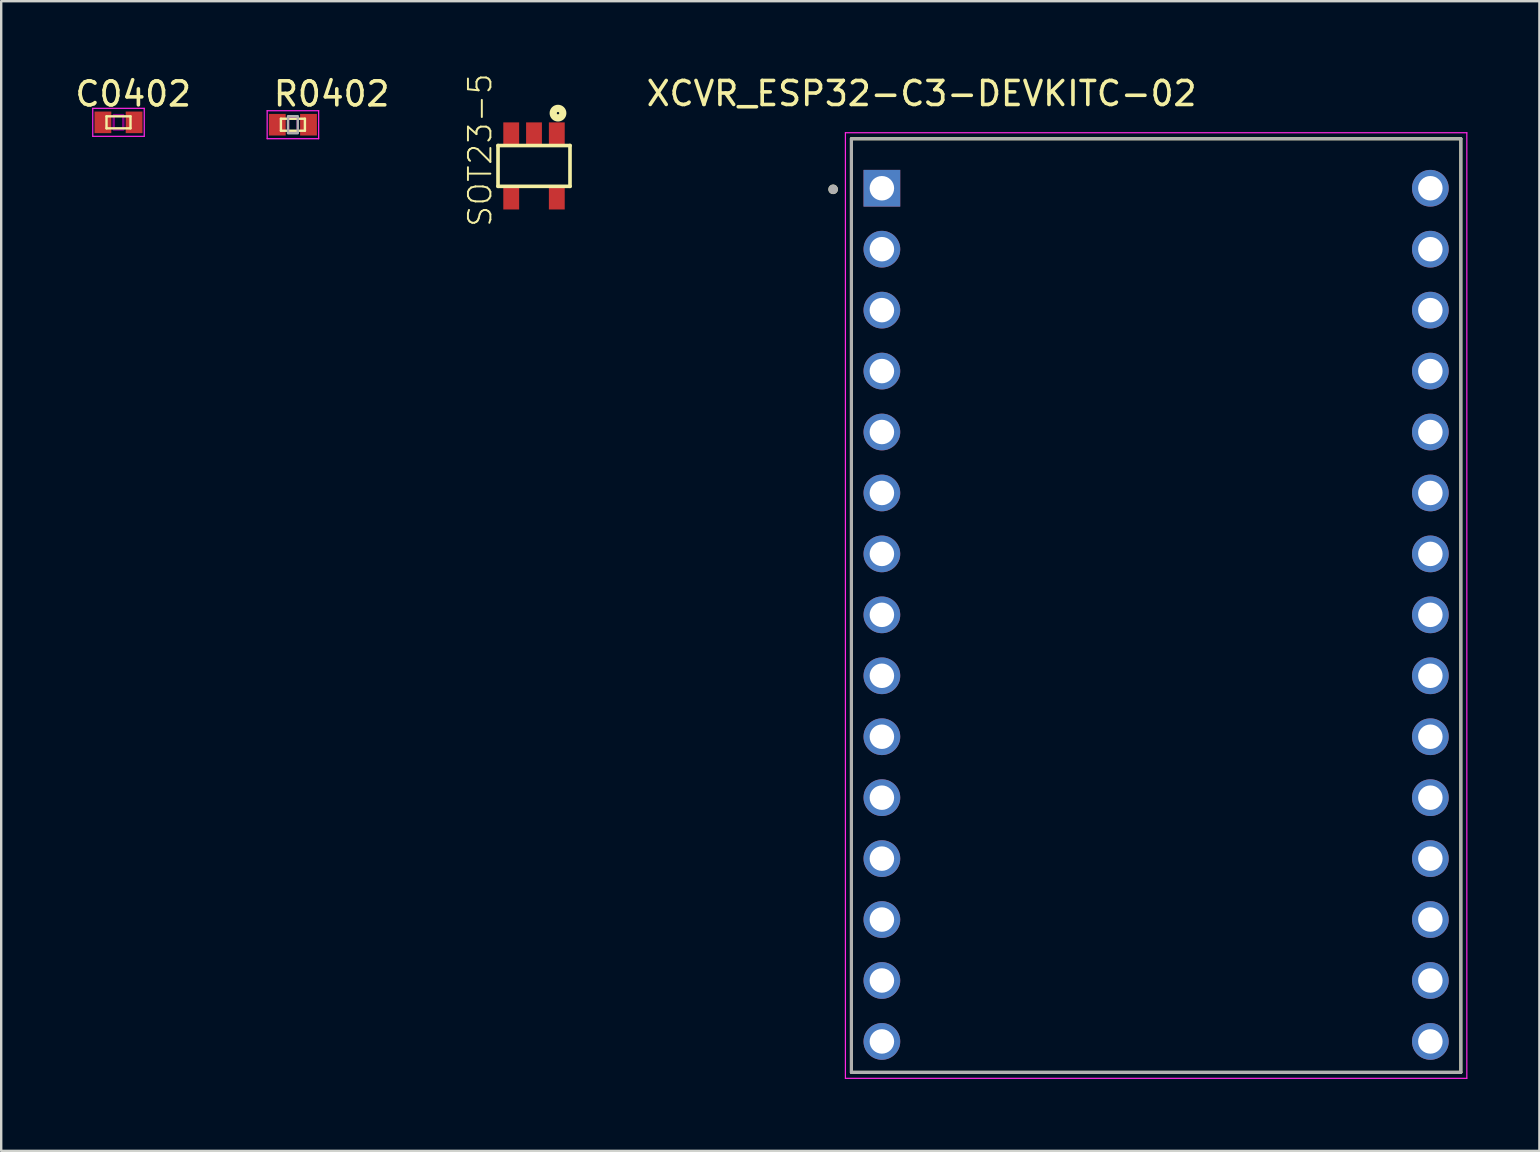
<source format=kicad_pcb>
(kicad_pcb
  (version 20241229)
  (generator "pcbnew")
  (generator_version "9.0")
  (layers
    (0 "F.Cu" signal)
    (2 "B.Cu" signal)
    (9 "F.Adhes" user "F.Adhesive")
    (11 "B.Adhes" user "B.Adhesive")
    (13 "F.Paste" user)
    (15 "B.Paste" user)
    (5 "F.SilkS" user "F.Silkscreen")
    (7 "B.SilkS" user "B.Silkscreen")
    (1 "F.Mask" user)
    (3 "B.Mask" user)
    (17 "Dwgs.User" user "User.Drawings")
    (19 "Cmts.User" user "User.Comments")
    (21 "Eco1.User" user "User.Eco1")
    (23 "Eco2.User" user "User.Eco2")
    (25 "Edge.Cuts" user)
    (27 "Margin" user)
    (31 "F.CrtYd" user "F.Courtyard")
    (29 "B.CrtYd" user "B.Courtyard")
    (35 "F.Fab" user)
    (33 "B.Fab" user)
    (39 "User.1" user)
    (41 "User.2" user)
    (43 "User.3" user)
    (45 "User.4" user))
  (footprint "C0402"
    (layer "F.Cu")
    (at 1.889 2.049)
    (property "Reference" "C0402" (at -1.889 -0.599 0) (layer "F.SilkS") (effects (font (size 1 1) (thickness 0.15)) (justify left bottom)))
    (fp_line (start -0.5 -0.25) (end 0.5 -0.25) (stroke (width 0.1) (type solid)) (layer "F.SilkS"))
    (fp_line (start -0.5 0.25) (end -0.5 -0.25) (stroke (width 0.1) (type solid)) (layer "F.SilkS"))
    (fp_line (start 0.5 -0.25) (end 0.5 0.25) (stroke (width 0.1) (type solid)) (layer "F.SilkS"))
    (fp_line (start 0.5 0.25) (end -0.5 0.25) (stroke (width 0.1) (type solid)) (layer "F.SilkS"))
    (fp_poly (pts (xy -0.2 0.3) (xy 0.2 0.3) (xy 0.2 -0.3) (xy -0.2 -0.3)) (stroke (width 0.1) (type solid)) (fill no) (layer "F.Adhes"))
    (fp_line (start -1.073 -0.583) (end 1.073 -0.583) (stroke (width 0.051) (type solid)) (layer "F.CrtYd"))
    (fp_line (start -1.073 0.583) (end -1.073 -0.583) (stroke (width 0.051) (type solid)) (layer "F.CrtYd"))
    (fp_line (start 1.073 -0.583) (end 1.073 0.583) (stroke (width 0.051) (type solid)) (layer "F.CrtYd"))
    (fp_line (start 1.073 0.583) (end -1.073 0.583) (stroke (width 0.051) (type solid)) (layer "F.CrtYd"))
    (pad "1" smd rect (at -0.65 0) (size 0.7 0.9) (layers "F.Cu" "F.Mask" "F.Paste"))
    (pad "2" smd rect (at 0.65 0) (size 0.7 0.9) (layers "F.Cu" "F.Mask" "F.Paste")))
  (footprint "R0402"
    (layer "F.Cu")
    (at 9.158 2.148)
    (property "Reference" "R0402" (at -0.889 -0.699 0) (layer "F.SilkS") (effects (font (size 1 1) (thickness 0.15)) (justify left bottom)))
    (fp_line (start -0.5 -0.25) (end -0.5 0.25) (stroke (width 0.1) (type solid)) (layer "F.SilkS"))
    (fp_line (start -0.5 0.25) (end 0.5 0.25) (stroke (width 0.1) (type solid)) (layer "F.SilkS"))
    (fp_line (start 0.5 -0.25) (end -0.5 -0.25) (stroke (width 0.1) (type solid)) (layer "F.SilkS"))
    (fp_line (start 0.5 0.25) (end 0.5 -0.25) (stroke (width 0.1) (type solid)) (layer "F.SilkS"))
    (fp_poly (pts (xy -0.2 0.3) (xy 0.2 0.3) (xy 0.2 -0.3) (xy -0.2 -0.3)) (stroke (width 0.1) (type solid)) (fill no) (layer "F.Adhes"))
    (fp_line (start -1.073 -0.583) (end 1.073 -0.583) (stroke (width 0.051) (type solid)) (layer "F.CrtYd"))
    (fp_line (start -1.073 0.583) (end -1.073 -0.583) (stroke (width 0.051) (type solid)) (layer "F.CrtYd"))
    (fp_line (start 1.073 -0.583) (end 1.073 0.583) (stroke (width 0.051) (type solid)) (layer "F.CrtYd"))
    (fp_line (start 1.073 0.583) (end -1.073 0.583) (stroke (width 0.051) (type solid)) (layer "F.CrtYd"))
    (fp_poly (pts (xy -0.203 0.356) (xy 0.203 0.356) (xy 0.203 -0.356) (xy -0.203 -0.356)) (stroke (width 0.1) (type solid)) (fill no) (layer "F.Fab"))
    (pad "1" smd rect (at -0.65 0) (size 0.7 0.9) (layers "F.Cu" "F.Mask" "F.Paste"))
    (pad "2" smd rect (at 0.65 0) (size 0.7 0.9) (layers "F.Cu" "F.Mask" "F.Paste")))
  (footprint "XCVR_ESP32-C3-DEVKITC-02"
    (layer "F.Cu")
    (at 45.136 22.188)
    (property "Reference" "XCVR_ESP32-C3-DEVKITC-02" (at -9.775 -21.34 0) (layer "F.SilkS") (effects (font (size 1 1) (thickness 0.15))))
    (attr through_hole)
    (fp_line (start -12.7 -19.455) (end 12.7 -19.455) (stroke (width 0.127) (type solid)) (layer "F.SilkS"))
    (fp_line (start -12.7 19.455) (end -12.7 -19.455) (stroke (width 0.127) (type solid)) (layer "F.SilkS"))
    (fp_line (start 12.7 -19.455) (end 12.7 19.455) (stroke (width 0.127) (type solid)) (layer "F.SilkS"))
    (fp_line (start 12.7 19.455) (end -12.7 19.455) (stroke (width 0.127) (type solid)) (layer "F.SilkS"))
    (fp_circle (center -13.462 -17.347) (end -13.362 -17.347) (stroke (width 0.2) (type solid)) (fill no) (layer "F.SilkS"))
    (fp_line (start -12.95 -19.705) (end -12.95 19.705) (stroke (width 0.05) (type solid)) (layer "F.CrtYd"))
    (fp_line (start -12.95 19.705) (end 12.95 19.705) (stroke (width 0.05) (type solid)) (layer "F.CrtYd"))
    (fp_line (start 12.95 -19.705) (end -12.95 -19.705) (stroke (width 0.05) (type solid)) (layer "F.CrtYd"))
    (fp_line (start 12.95 19.705) (end 12.95 -19.705) (stroke (width 0.05) (type solid)) (layer "F.CrtYd"))
    (fp_line (start -12.7 -19.455) (end 12.7 -19.455) (stroke (width 0.127) (type solid)) (layer "F.Fab"))
    (fp_line (start -12.7 19.455) (end -12.7 -19.455) (stroke (width 0.127) (type solid)) (layer "F.Fab"))
    (fp_line (start 12.7 -19.455) (end 12.7 19.455) (stroke (width 0.127) (type solid)) (layer "F.Fab"))
    (fp_line (start 12.7 19.455) (end -12.7 19.455) (stroke (width 0.127) (type solid)) (layer "F.Fab"))
    (fp_circle (center -13.462 -17.347) (end -13.362 -17.347) (stroke (width 0.2) (type solid)) (fill no) (layer "F.Fab"))
    (pad "1" thru_hole rect (at -11.43 -17.392) (size 1.53 1.53) (drill 1.02) (layers "*.Cu" "*.Mask"))
    (pad "2" thru_hole circle (at -11.43 -14.852) (size 1.53 1.53) (drill 1.02) (layers "*.Cu" "*.Mask"))
    (pad "3" thru_hole circle (at -11.43 -12.312) (size 1.53 1.53) (drill 1.02) (layers "*.Cu" "*.Mask"))
    (pad "4" thru_hole circle (at -11.43 -9.772) (size 1.53 1.53) (drill 1.02) (layers "*.Cu" "*.Mask"))
    (pad "5" thru_hole circle (at -11.43 -7.232) (size 1.53 1.53) (drill 1.02) (layers "*.Cu" "*.Mask"))
    (pad "6" thru_hole circle (at -11.43 -4.692) (size 1.53 1.53) (drill 1.02) (layers "*.Cu" "*.Mask"))
    (pad "7" thru_hole circle (at -11.43 -2.152) (size 1.53 1.53) (drill 1.02) (layers "*.Cu" "*.Mask"))
    (pad "8" thru_hole circle (at -11.43 0.388) (size 1.53 1.53) (drill 1.02) (layers "*.Cu" "*.Mask"))
    (pad "9" thru_hole circle (at -11.43 2.928) (size 1.53 1.53) (drill 1.02) (layers "*.Cu" "*.Mask"))
    (pad "10" thru_hole circle (at -11.43 5.468) (size 1.53 1.53) (drill 1.02) (layers "*.Cu" "*.Mask"))
    (pad "11" thru_hole circle (at -11.43 8.008) (size 1.53 1.53) (drill 1.02) (layers "*.Cu" "*.Mask"))
    (pad "12" thru_hole circle (at -11.43 10.548) (size 1.53 1.53) (drill 1.02) (layers "*.Cu" "*.Mask"))
    (pad "13" thru_hole circle (at -11.43 13.088) (size 1.53 1.53) (drill 1.02) (layers "*.Cu" "*.Mask"))
    (pad "14" thru_hole circle (at -11.43 15.628) (size 1.53 1.53) (drill 1.02) (layers "*.Cu" "*.Mask"))
    (pad "15" thru_hole circle (at -11.43 18.168) (size 1.53 1.53) (drill 1.02) (layers "*.Cu" "*.Mask"))
    (pad "16" thru_hole circle (at 11.43 18.168) (size 1.53 1.53) (drill 1.02) (layers "*.Cu" "*.Mask"))
    (pad "17" thru_hole circle (at 11.43 15.628) (size 1.53 1.53) (drill 1.02) (layers "*.Cu" "*.Mask"))
    (pad "18" thru_hole circle (at 11.43 13.088) (size 1.53 1.53) (drill 1.02) (layers "*.Cu" "*.Mask"))
    (pad "19" thru_hole circle (at 11.43 10.548) (size 1.53 1.53) (drill 1.02) (layers "*.Cu" "*.Mask"))
    (pad "20" thru_hole circle (at 11.43 8.008) (size 1.53 1.53) (drill 1.02) (layers "*.Cu" "*.Mask"))
    (pad "21" thru_hole circle (at 11.43 5.468) (size 1.53 1.53) (drill 1.02) (layers "*.Cu" "*.Mask"))
    (pad "22" thru_hole circle (at 11.43 2.928) (size 1.53 1.53) (drill 1.02) (layers "*.Cu" "*.Mask"))
    (pad "23" thru_hole circle (at 11.43 0.388) (size 1.53 1.53) (drill 1.02) (layers "*.Cu" "*.Mask"))
    (pad "24" thru_hole circle (at 11.43 -2.152) (size 1.53 1.53) (drill 1.02) (layers "*.Cu" "*.Mask"))
    (pad "25" thru_hole circle (at 11.43 -4.692) (size 1.53 1.53) (drill 1.02) (layers "*.Cu" "*.Mask"))
    (pad "26" thru_hole circle (at 11.43 -7.232) (size 1.53 1.53) (drill 1.02) (layers "*.Cu" "*.Mask"))
    (pad "27" thru_hole circle (at 11.43 -9.772) (size 1.53 1.53) (drill 1.02) (layers "*.Cu" "*.Mask"))
    (pad "28" thru_hole circle (at 11.43 -12.312) (size 1.53 1.53) (drill 1.02) (layers "*.Cu" "*.Mask"))
    (pad "29" thru_hole circle (at 11.43 -14.852) (size 1.53 1.53) (drill 1.02) (layers "*.Cu" "*.Mask"))
    (pad "30" thru_hole circle (at 11.43 -17.392) (size 1.53 1.53) (drill 1.02) (layers "*.Cu" "*.Mask")))
  (footprint "SOT23-5"
    (layer "F.Cu")
    (at 19.207 3.866)
    (property "Reference" "SOT23-5" (at -1.7 2.6 90) (layer "F.SilkS") (effects (font (size 0.935 0.935) (thickness 0.081)) (justify left bottom)))
    (fp_line (start -1.5 -0.85) (end 1.5 -0.85) (stroke (width 0.152) (type solid)) (layer "F.SilkS"))
    (fp_line (start -1.5 0.85) (end -1.5 -0.85) (stroke (width 0.152) (type solid)) (layer "F.SilkS"))
    (fp_line (start 1.5 -0.85) (end 1.5 0.85) (stroke (width 0.152) (type solid)) (layer "F.SilkS"))
    (fp_line (start 1.5 0.85) (end -1.5 0.85) (stroke (width 0.152) (type solid)) (layer "F.SilkS"))
    (fp_circle (center 1 -2.2) (end 1.05 -2.2) (stroke (width 0.3) (type solid)) (fill no) (layer "F.SilkS"))
    (pad "1" smd rect (at 0.95 -1.315 90) (size 1 0.66) (layers "F.Cu" "F.Mask" "F.Paste"))
    (pad "2" smd rect (at 0 -1.315 90) (size 1 0.66) (layers "F.Cu" "F.Mask" "F.Paste"))
    (pad "3" smd rect (at -0.95 -1.315 90) (size 1 0.66) (layers "F.Cu" "F.Mask" "F.Paste"))
    (pad "4" smd rect (at -0.95 1.315 90) (size 1 0.66) (layers "F.Cu" "F.Mask" "F.Paste"))
    (pad "5" smd rect (at 0.95 1.315 90) (size 1 0.66) (layers "F.Cu" "F.Mask" "F.Paste")))
  (gr_rect
    (start -3 -3)
    (end 61.111 44.918)
    (stroke (width 0.1) (type default))
    (fill no)
    (layer "Edge.Cuts")))
</source>
